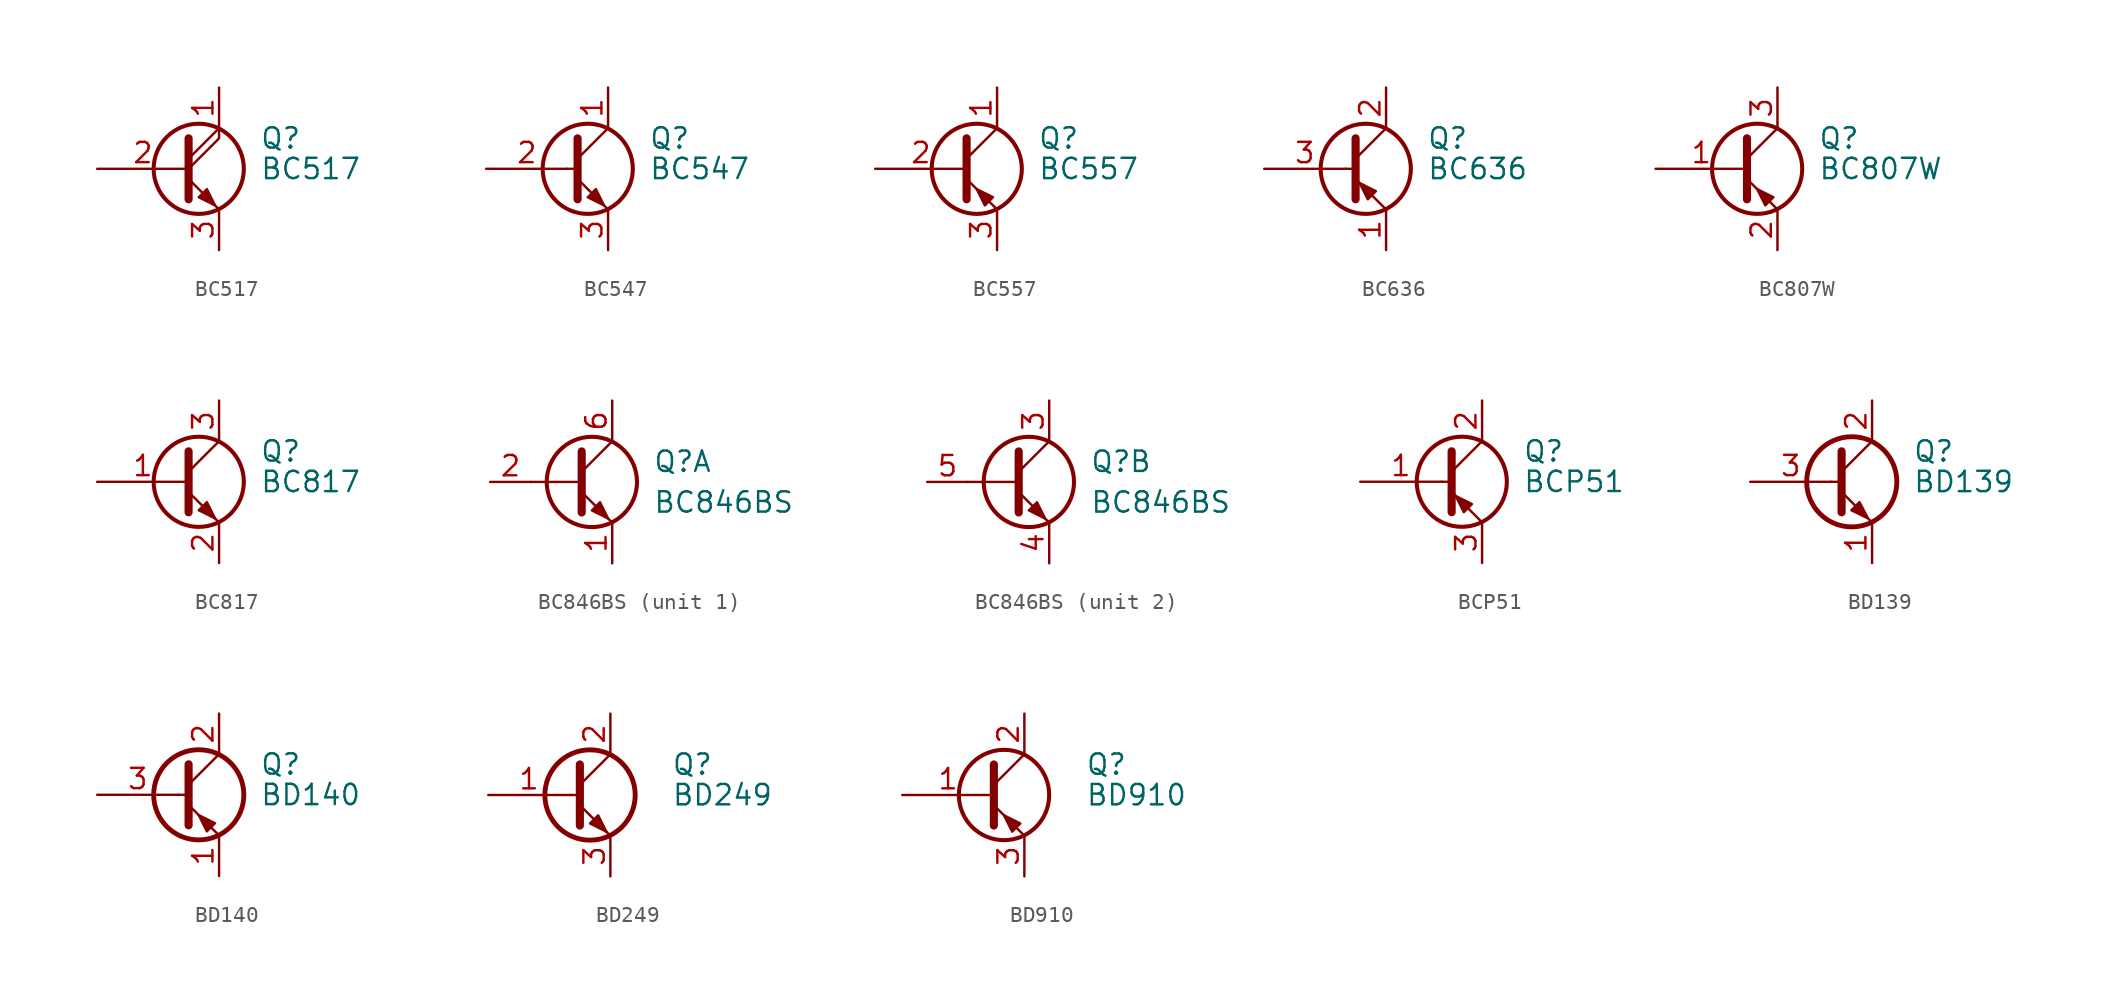
<source format=kicad_sym>
(kicad_symbol_lib
  (version 20201005)
  (generator kicad_symbol_editor)
  (symbol "BC517"
    (pin_names
      (offset 0) hide)
    (property "Reference" "Q"
      (at 5.08 1.905 0)
      (effects (font (size 1.27 1.27)) (justify left)))
    (property "Value" "BC517"
      (at 5.08 0 0)
      (effects (font (size 1.27 1.27)) (justify left)))
    (symbol "BC517_0_1"
      (circle (center 1.27 0) (radius 2.819) (stroke (width 0.254)) (fill (type none)))
      (polyline (pts (xy 0.635 0.635) (xy 2.54 2.54)) (stroke (width 0)) (fill (type none)))
      (polyline (pts (xy 0.635 -0.635) (xy 2.54 -2.54) (xy 2.54 -2.54)) (stroke (width 0)) (fill (type none)))
      (polyline (pts (xy 0.635 0) (xy 2.54 1.905) (xy 2.54 2.54)) (stroke (width 0)) (fill (type none)))
      (polyline (pts (xy 0.635 1.905) (xy 0.635 -1.905) (xy 0.635 -1.905)) (stroke (width 0.508)) (fill (type none)))
      (polyline (pts (xy 1.27 -1.778) (xy 1.778 -1.27) (xy 2.286 -2.286) (xy 1.27 -1.778) (xy 1.27 -1.778)) (stroke (width 0)) (fill (type outline))))
    (symbol "BC517_1_1"
      (pin passive line (at 2.54 5.08 270) (length 2.54) (name "C" (effects (font (size 1.27 1.27)))) (number "1" (effects (font (size 1.27 1.27)))))
      (pin input line (at -5.08 0 0) (length 5.715) (name "B" (effects (font (size 1.27 1.27)))) (number "2" (effects (font (size 1.27 1.27)))))
      (pin passive line (at 2.54 -5.08 90) (length 2.54) (name "E" (effects (font (size 1.27 1.27)))) (number "3" (effects (font (size 1.27 1.27)))))))
  (symbol "BC547"
    (pin_names
      (offset 0) hide)
    (property "Reference" "Q"
      (at 5.08 1.905 0)
      (effects (font (size 1.27 1.27)) (justify left)))
    (property "Value" "BC547"
      (at 5.08 0 0)
      (effects (font (size 1.27 1.27)) (justify left)))
    (symbol "BC547_0_1"
      (circle (center 1.27 0) (radius 2.819) (stroke (width 0.254)) (fill (type none)))
      (polyline (pts (xy 0 0) (xy 0.635 0)) (stroke (width 0)) (fill (type none)))
      (polyline (pts (xy 0.635 0.635) (xy 2.54 2.54)) (stroke (width 0)) (fill (type none)))
      (polyline (pts (xy 0.635 -0.635) (xy 2.54 -2.54) (xy 2.54 -2.54)) (stroke (width 0)) (fill (type none)))
      (polyline (pts (xy 0.635 1.905) (xy 0.635 -1.905) (xy 0.635 -1.905)) (stroke (width 0.508)) (fill (type none)))
      (polyline (pts (xy 1.27 -1.778) (xy 1.778 -1.27) (xy 2.286 -2.286) (xy 1.27 -1.778) (xy 1.27 -1.778)) (stroke (width 0)) (fill (type outline))))
    (symbol "BC547_1_1"
      (pin passive line (at 2.54 5.08 270) (length 2.54) (name "C" (effects (font (size 1.27 1.27)))) (number "1" (effects (font (size 1.27 1.27)))))
      (pin input line (at -5.08 0 0) (length 5.08) (name "B" (effects (font (size 1.27 1.27)))) (number "2" (effects (font (size 1.27 1.27)))))
      (pin passive line (at 2.54 -5.08 90) (length 2.54) (name "E" (effects (font (size 1.27 1.27)))) (number "3" (effects (font (size 1.27 1.27)))))))
  (symbol "BC557"
    (pin_names
      (offset 0) hide)
    (property "Reference" "Q"
      (at 5.08 1.905 0)
      (effects (font (size 1.27 1.27)) (justify left)))
    (property "Value" "BC557"
      (at 5.08 0 0)
      (effects (font (size 1.27 1.27)) (justify left)))
    (symbol "BC557_0_1"
      (circle (center 1.27 0) (radius 2.819) (stroke (width 0.254)) (fill (type none)))
      (polyline (pts (xy 0.635 0.635) (xy 2.54 2.54)) (stroke (width 0)) (fill (type none)))
      (polyline (pts (xy 0.635 -0.635) (xy 2.54 -2.54) (xy 2.54 -2.54)) (stroke (width 0)) (fill (type none)))
      (polyline (pts (xy 0.635 1.905) (xy 0.635 -1.905) (xy 0.635 -1.905)) (stroke (width 0.508)) (fill (type none)))
      (polyline (pts (xy 2.286 -1.778) (xy 1.778 -2.286) (xy 1.27 -1.27) (xy 2.286 -1.778) (xy 2.286 -1.778)) (stroke (width 0)) (fill (type outline))))
    (symbol "BC557_1_1"
      (pin passive line (at 2.54 5.08 270) (length 2.54) (name "C" (effects (font (size 1.27 1.27)))) (number "1" (effects (font (size 1.27 1.27)))))
      (pin input line (at -5.08 0 0) (length 5.715) (name "B" (effects (font (size 1.27 1.27)))) (number "2" (effects (font (size 1.27 1.27)))))
      (pin passive line (at 2.54 -5.08 90) (length 2.54) (name "E" (effects (font (size 1.27 1.27)))) (number "3" (effects (font (size 1.27 1.27)))))))
  (symbol "BC636"
    (pin_names
      (offset 0) hide)
    (property "Reference" "Q"
      (at 5.08 1.905 0)
      (effects (font (size 1.27 1.27)) (justify left)))
    (property "Value" "BC636"
      (at 5.08 0 0)
      (effects (font (size 1.27 1.27)) (justify left)))
    (symbol "BC636_0_1"
      (circle (center 1.27 0) (radius 2.819) (stroke (width 0.254)) (fill (type none)))
      (polyline (pts (xy 0 0) (xy 0.635 0)) (stroke (width 0)) (fill (type none)))
      (polyline (pts (xy 2.54 -2.54) (xy 0.635 -0.635)) (stroke (width 0)) (fill (type none)))
      (polyline (pts (xy 2.54 2.54) (xy 0.635 0.635)) (stroke (width 0)) (fill (type none)))
      (polyline (pts (xy 0.635 1.905) (xy 0.635 -1.905) (xy 0.635 -1.905)) (stroke (width 0.508)) (fill (type outline)))
      (polyline (pts (xy 1.397 -1.905) (xy 1.905 -1.397) (xy 0.889 -0.889) (xy 1.397 -1.905) (xy 1.397 -1.905)) (stroke (width 0)) (fill (type outline))))
    (symbol "BC636_1_1"
      (pin passive line (at 2.54 -5.08 90) (length 2.54) (name "E" (effects (font (size 1.27 1.27)))) (number "1" (effects (font (size 1.27 1.27)))))
      (pin passive line (at 2.54 5.08 270) (length 2.54) (name "C" (effects (font (size 1.27 1.27)))) (number "2" (effects (font (size 1.27 1.27)))))
      (pin input line (at -5.08 0 0) (length 5.08) (name "B" (effects (font (size 1.27 1.27)))) (number "3" (effects (font (size 1.27 1.27)))))))
  (symbol "BC807W"
    (pin_names
      (offset 0) hide)
    (property "Reference" "Q"
      (at 5.08 1.905 0)
      (effects (font (size 1.27 1.27)) (justify left)))
    (property "Value" "BC807W"
      (at 5.08 0 0)
      (effects (font (size 1.27 1.27)) (justify left)))
    (symbol "BC807W_0_1"
      (circle (center 1.27 0) (radius 2.819) (stroke (width 0.254)) (fill (type none)))
      (polyline (pts (xy 0.635 0.635) (xy 2.54 2.54)) (stroke (width 0)) (fill (type none)))
      (polyline (pts (xy 0.635 -0.635) (xy 2.54 -2.54) (xy 2.54 -2.54)) (stroke (width 0)) (fill (type none)))
      (polyline (pts (xy 0.635 1.905) (xy 0.635 -1.905) (xy 0.635 -1.905)) (stroke (width 0.508)) (fill (type none)))
      (polyline (pts (xy 2.286 -1.778) (xy 1.778 -2.286) (xy 1.27 -1.27) (xy 2.286 -1.778) (xy 2.286 -1.778)) (stroke (width 0)) (fill (type outline))))
    (symbol "BC807W_1_1"
      (pin input line (at -5.08 0 0) (length 5.715) (name "B" (effects (font (size 1.27 1.27)))) (number "1" (effects (font (size 1.27 1.27)))))
      (pin passive line (at 2.54 -5.08 90) (length 2.54) (name "E" (effects (font (size 1.27 1.27)))) (number "2" (effects (font (size 1.27 1.27)))))
      (pin passive line (at 2.54 5.08 270) (length 2.54) (name "C" (effects (font (size 1.27 1.27)))) (number "3" (effects (font (size 1.27 1.27)))))))
  (symbol "BC817"
    (pin_names
      (offset 0) hide)
    (property "Reference" "Q"
      (at 5.08 1.905 0)
      (effects (font (size 1.27 1.27)) (justify left)))
    (property "Value" "BC817"
      (at 5.08 0 0)
      (effects (font (size 1.27 1.27)) (justify left)))
    (symbol "BC817_0_1"
      (circle (center 1.27 0) (radius 2.819) (stroke (width 0.254)) (fill (type none)))
      (polyline (pts (xy 0.635 0.635) (xy 2.54 2.54)) (stroke (width 0)) (fill (type none)))
      (polyline (pts (xy 0.635 -0.635) (xy 2.54 -2.54) (xy 2.54 -2.54)) (stroke (width 0)) (fill (type none)))
      (polyline (pts (xy 0.635 1.905) (xy 0.635 -1.905) (xy 0.635 -1.905)) (stroke (width 0.508)) (fill (type none)))
      (polyline (pts (xy 1.27 -1.778) (xy 1.778 -1.27) (xy 2.286 -2.286) (xy 1.27 -1.778) (xy 1.27 -1.778)) (stroke (width 0)) (fill (type outline))))
    (symbol "BC817_1_1"
      (pin input line (at -5.08 0 0) (length 5.715) (name "B" (effects (font (size 1.27 1.27)))) (number "1" (effects (font (size 1.27 1.27)))))
      (pin passive line (at 2.54 -5.08 90) (length 2.54) (name "E" (effects (font (size 1.27 1.27)))) (number "2" (effects (font (size 1.27 1.27)))))
      (pin passive line (at 2.54 5.08 270) (length 2.54) (name "C" (effects (font (size 1.27 1.27)))) (number "3" (effects (font (size 1.27 1.27)))))))
  (symbol "BC846BS"
    (pin_names
      (offset 0) hide)
    (property "Reference" "Q"
      (at 5.08 1.27 0)
      (effects (font (size 1.27 1.27)) (justify left)))
    (property "Value" "BC846BS"
      (at 5.08 -1.27 0)
      (effects (font (size 1.27 1.27)) (justify left)))
    (property "ki_locked" ""
      (at 0 0 0)
      (effects (font (size 1.27 1.27))))
    (symbol "BC846BS_0_1"
      (circle (center 1.27 0) (radius 2.819) (stroke (width 0.254)) (fill (type none)))
      (polyline (pts (xy 0.635 0) (xy -2.54 0)) (stroke (width 0)) (fill (type none)))
      (polyline (pts (xy 0.635 0.635) (xy 2.54 2.54)) (stroke (width 0)) (fill (type none)))
      (polyline (pts (xy 0.635 -0.635) (xy 2.54 -2.54) (xy 2.54 -2.54)) (stroke (width 0)) (fill (type none)))
      (polyline (pts (xy 0.635 1.905) (xy 0.635 -1.905) (xy 0.635 -1.905)) (stroke (width 0.508)) (fill (type none)))
      (polyline (pts (xy 1.27 -1.778) (xy 1.778 -1.27) (xy 2.286 -2.286) (xy 1.27 -1.778) (xy 1.27 -1.778)) (stroke (width 0)) (fill (type outline))))
    (symbol "BC846BS_1_1"
      (pin passive line (at 2.54 -5.08 90) (length 2.54) (name "E1" (effects (font (size 1.27 1.27)))) (number "1" (effects (font (size 1.27 1.27)))))
      (pin input line (at -5.08 0 0) (length 2.54) (name "B1" (effects (font (size 1.27 1.27)))) (number "2" (effects (font (size 1.27 1.27)))))
      (pin passive line (at 2.54 5.08 270) (length 2.54) (name "C1" (effects (font (size 1.27 1.27)))) (number "6" (effects (font (size 1.27 1.27))))))
    (symbol "BC846BS_2_1"
      (pin passive line (at 2.54 5.08 270) (length 2.54) (name "C2" (effects (font (size 1.27 1.27)))) (number "3" (effects (font (size 1.27 1.27)))))
      (pin passive line (at 2.54 -5.08 90) (length 2.54) (name "E2" (effects (font (size 1.27 1.27)))) (number "4" (effects (font (size 1.27 1.27)))))
      (pin input line (at -5.08 0 0) (length 2.54) (name "B2" (effects (font (size 1.27 1.27)))) (number "5" (effects (font (size 1.27 1.27)))))))
  (symbol "BCP51"
    (pin_names
      (offset 0) hide)
    (property "Reference" "Q"
      (at 5.08 1.905 0)
      (effects (font (size 1.27 1.27)) (justify left)))
    (property "Value" "BCP51"
      (at 5.08 0 0)
      (effects (font (size 1.27 1.27)) (justify left)))
    (symbol "BCP51_0_1"
      (circle (center 1.27 0) (radius 2.819) (stroke (width 0.254)) (fill (type none)))
      (polyline (pts (xy 0 0) (xy 0.635 0)) (stroke (width 0)) (fill (type none)))
      (polyline (pts (xy 2.54 -2.54) (xy 0.635 -0.635)) (stroke (width 0)) (fill (type none)))
      (polyline (pts (xy 2.54 2.54) (xy 0.635 0.635)) (stroke (width 0)) (fill (type none)))
      (polyline (pts (xy 0.635 1.905) (xy 0.635 -1.905) (xy 0.635 -1.905)) (stroke (width 0.508)) (fill (type outline)))
      (polyline (pts (xy 1.397 -1.905) (xy 1.905 -1.397) (xy 0.889 -0.889) (xy 1.397 -1.905) (xy 1.397 -1.905)) (stroke (width 0)) (fill (type outline))))
    (symbol "BCP51_1_1"
      (pin input line (at -5.08 0 0) (length 5.08) (name "B" (effects (font (size 1.27 1.27)))) (number "1" (effects (font (size 1.27 1.27)))))
      (pin passive line (at 2.54 5.08 270) (length 2.54) (name "C" (effects (font (size 1.27 1.27)))) (number "2" (effects (font (size 1.27 1.27)))))
      (pin passive line (at 2.54 -5.08 90) (length 2.54) (name "E" (effects (font (size 1.27 1.27)))) (number "3" (effects (font (size 1.27 1.27)))))))
  (symbol "BD139"
    (pin_names
      (offset 0) hide)
    (property "Reference" "Q"
      (at 5.08 1.905 0)
      (effects (font (size 1.27 1.27)) (justify left)))
    (property "Value" "BD139"
      (at 5.08 0 0)
      (effects (font (size 1.27 1.27)) (justify left)))
    (symbol "BD139_0_1"
      (circle (center 1.27 0) (radius 2.819) (stroke (width 0.305)) (fill (type none)))
      (polyline (pts (xy 0 0) (xy 0.635 0)) (stroke (width 0)) (fill (type none)))
      (polyline (pts (xy 2.54 -2.54) (xy 0.635 -0.635)) (stroke (width 0)) (fill (type none)))
      (polyline (pts (xy 2.54 2.54) (xy 0.635 0.635)) (stroke (width 0)) (fill (type none)))
      (polyline (pts (xy 0.635 1.905) (xy 0.635 -1.905) (xy 0.635 -1.905)) (stroke (width 0.508)) (fill (type outline)))
      (polyline (pts (xy 1.245 -1.778) (xy 1.753 -1.27) (xy 2.286 -2.286) (xy 1.245 -1.778) (xy 1.245 -1.778)) (stroke (width 0)) (fill (type outline))))
    (symbol "BD139_1_1"
      (pin passive line (at 2.54 -5.08 90) (length 2.54) (name "E" (effects (font (size 1.27 1.27)))) (number "1" (effects (font (size 1.27 1.27)))))
      (pin passive line (at 2.54 5.08 270) (length 2.54) (name "C" (effects (font (size 1.27 1.27)))) (number "2" (effects (font (size 1.27 1.27)))))
      (pin input line (at -5.08 0 0) (length 5.08) (name "B" (effects (font (size 1.27 1.27)))) (number "3" (effects (font (size 1.27 1.27)))))))
  (symbol "BD140"
    (pin_names
      (offset 0) hide)
    (property "Reference" "Q"
      (at 5.08 1.905 0)
      (effects (font (size 1.27 1.27)) (justify left)))
    (property "Value" "BD140"
      (at 5.08 0 0)
      (effects (font (size 1.27 1.27)) (justify left)))
    (symbol "BD140_0_1"
      (circle (center 1.27 0) (radius 2.819) (stroke (width 0.305)) (fill (type none)))
      (polyline (pts (xy 0 0) (xy 0.635 0)) (stroke (width 0)) (fill (type none)))
      (polyline (pts (xy 2.54 -2.54) (xy 0.635 -0.635)) (stroke (width 0)) (fill (type none)))
      (polyline (pts (xy 2.54 2.54) (xy 0.635 0.635)) (stroke (width 0)) (fill (type none)))
      (polyline (pts (xy 0.635 1.905) (xy 0.635 -1.905) (xy 0.635 -1.905)) (stroke (width 0.508)) (fill (type outline)))
      (polyline (pts (xy 1.778 -2.286) (xy 2.286 -1.778) (xy 1.27 -1.27) (xy 1.778 -2.286) (xy 1.778 -2.286)) (stroke (width 0)) (fill (type outline))))
    (symbol "BD140_1_1"
      (pin passive line (at 2.54 -5.08 90) (length 2.54) (name "E" (effects (font (size 1.27 1.27)))) (number "1" (effects (font (size 1.27 1.27)))))
      (pin passive line (at 2.54 5.08 270) (length 2.54) (name "C" (effects (font (size 1.27 1.27)))) (number "2" (effects (font (size 1.27 1.27)))))
      (pin input line (at -5.08 0 0) (length 5.08) (name "B" (effects (font (size 1.27 1.27)))) (number "3" (effects (font (size 1.27 1.27)))))))
  (symbol "BD249"
    (pin_names
      (offset 0) hide)
    (property "Reference" "Q"
      (at 6.35 1.905 0)
      (effects (font (size 1.27 1.27)) (justify left)))
    (property "Value" "BD249"
      (at 6.35 0 0)
      (effects (font (size 1.27 1.27)) (justify left)))
    (symbol "BD249_0_1"
      (circle (center 1.27 0) (radius 2.819) (stroke (width 0.305)) (fill (type none)))
      (polyline (pts (xy 0 0) (xy 0.635 0)) (stroke (width 0)) (fill (type none)))
      (polyline (pts (xy 2.54 2.54) (xy 0.635 0.635)) (stroke (width 0)) (fill (type none)))
      (polyline (pts (xy 0.635 1.905) (xy 0.635 -1.905) (xy 0.635 -1.905)) (stroke (width 0.508)) (fill (type none)))
      (polyline (pts (xy 2.286 -2.286) (xy 1.778 -1.778) (xy 1.778 -1.778)) (stroke (width 0)) (fill (type none)))
      (polyline (pts (xy 2.54 -2.54) (xy 0.635 -0.635) (xy 1.27 -1.27)) (stroke (width 0)) (fill (type outline)))
      (polyline (pts (xy 1.27 -1.778) (xy 1.778 -1.27) (xy 2.286 -2.286) (xy 1.27 -1.778) (xy 1.27 -1.778)) (stroke (width 0)) (fill (type outline))))
    (symbol "BD249_1_1"
      (pin input line (at -5.08 0 0) (length 5.08) (name "B" (effects (font (size 1.27 1.27)))) (number "1" (effects (font (size 1.27 1.27)))))
      (pin passive line (at 2.54 5.08 270) (length 2.54) (name "C" (effects (font (size 1.27 1.27)))) (number "2" (effects (font (size 1.27 1.27)))))
      (pin passive line (at 2.54 -5.08 90) (length 2.54) (name "E" (effects (font (size 1.27 1.27)))) (number "3" (effects (font (size 1.27 1.27)))))))
  (symbol "BD910"
    (pin_names
      (offset 0) hide)
    (property "Reference" "Q"
      (at 6.35 1.905 0)
      (effects (font (size 1.27 1.27)) (justify left)))
    (property "Value" "BD910"
      (at 6.35 0 0)
      (effects (font (size 1.27 1.27)) (justify left)))
    (symbol "BD910_0_1"
      (circle (center 1.27 0) (radius 2.819) (stroke (width 0.254)) (fill (type none)))
      (polyline (pts (xy 0.635 0.635) (xy 2.54 2.54)) (stroke (width 0)) (fill (type none)))
      (polyline (pts (xy 0.635 -0.635) (xy 2.54 -2.54) (xy 2.54 -2.54)) (stroke (width 0)) (fill (type none)))
      (polyline (pts (xy 0.635 1.905) (xy 0.635 -1.905) (xy 0.635 -1.905)) (stroke (width 0.508)) (fill (type none)))
      (polyline (pts (xy 2.286 -1.778) (xy 1.778 -2.286) (xy 1.27 -1.27) (xy 2.286 -1.778) (xy 2.286 -1.778)) (stroke (width 0)) (fill (type outline))))
    (symbol "BD910_1_1"
      (pin input line (at -5.08 0 0) (length 5.715) (name "B" (effects (font (size 1.27 1.27)))) (number "1" (effects (font (size 1.27 1.27)))))
      (pin passive line (at 2.54 5.08 270) (length 2.54) (name "C" (effects (font (size 1.27 1.27)))) (number "2" (effects (font (size 1.27 1.27)))))
      (pin passive line (at 2.54 -5.08 90) (length 2.54) (name "E" (effects (font (size 1.27 1.27)))) (number "3" (effects (font (size 1.27 1.27))))))))
</source>
